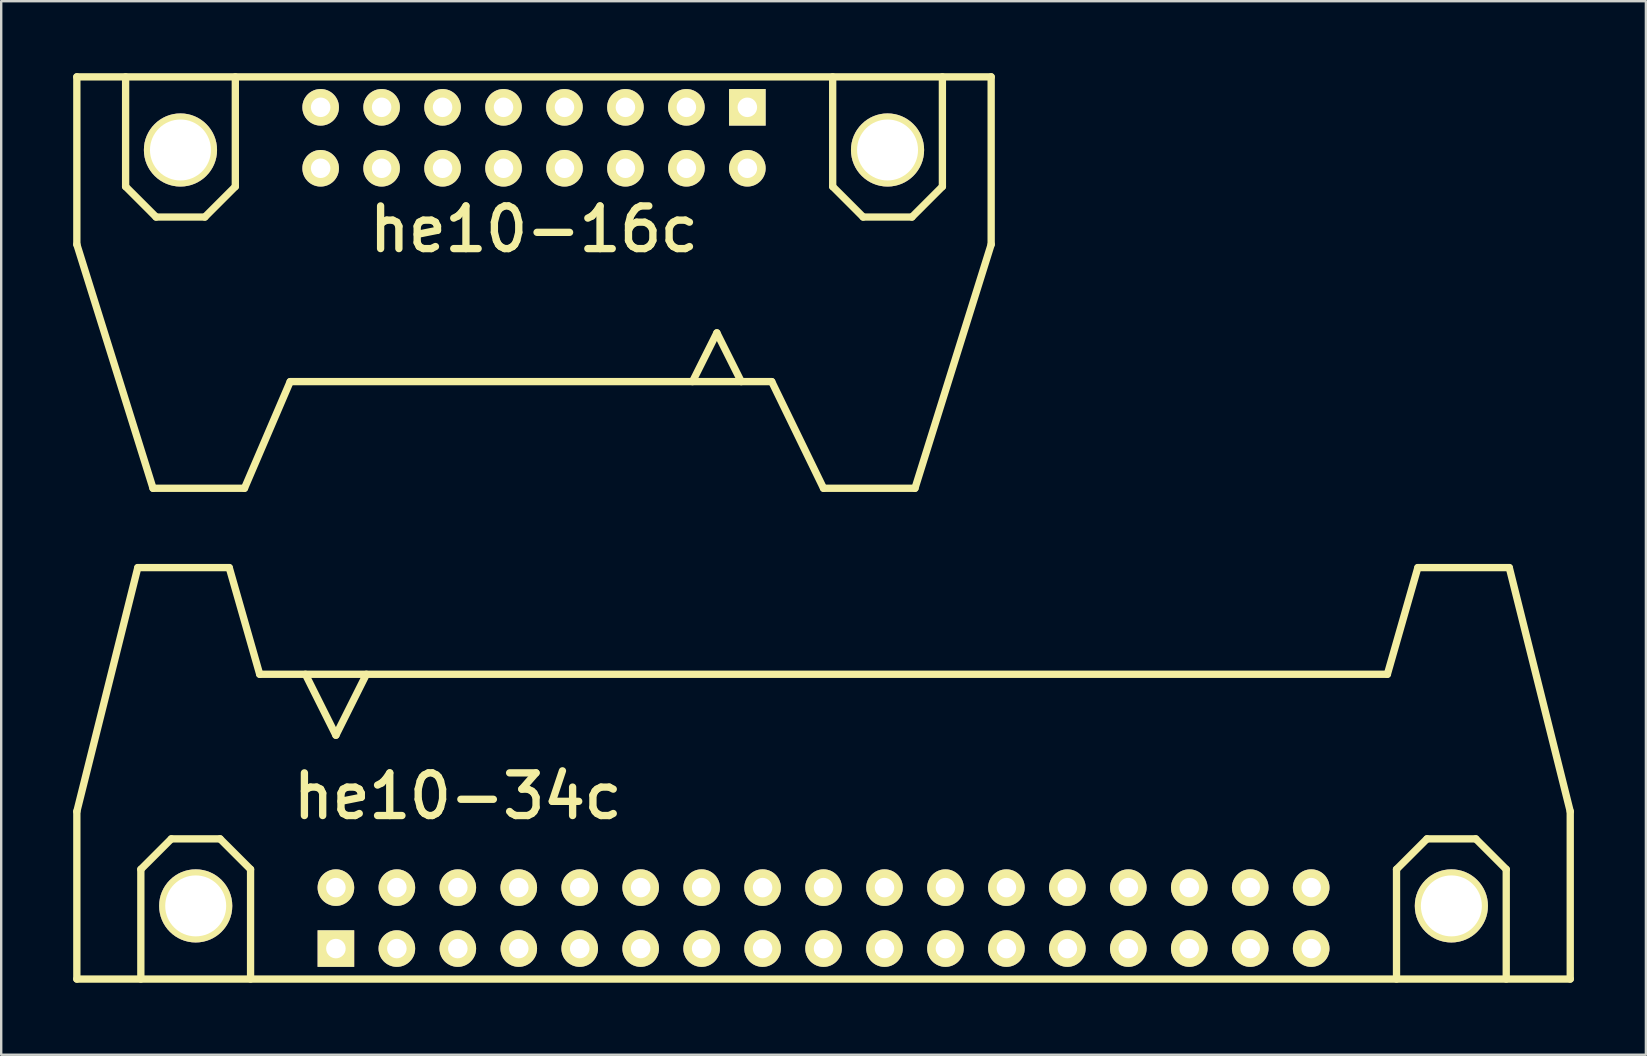
<source format=kicad_pcb>
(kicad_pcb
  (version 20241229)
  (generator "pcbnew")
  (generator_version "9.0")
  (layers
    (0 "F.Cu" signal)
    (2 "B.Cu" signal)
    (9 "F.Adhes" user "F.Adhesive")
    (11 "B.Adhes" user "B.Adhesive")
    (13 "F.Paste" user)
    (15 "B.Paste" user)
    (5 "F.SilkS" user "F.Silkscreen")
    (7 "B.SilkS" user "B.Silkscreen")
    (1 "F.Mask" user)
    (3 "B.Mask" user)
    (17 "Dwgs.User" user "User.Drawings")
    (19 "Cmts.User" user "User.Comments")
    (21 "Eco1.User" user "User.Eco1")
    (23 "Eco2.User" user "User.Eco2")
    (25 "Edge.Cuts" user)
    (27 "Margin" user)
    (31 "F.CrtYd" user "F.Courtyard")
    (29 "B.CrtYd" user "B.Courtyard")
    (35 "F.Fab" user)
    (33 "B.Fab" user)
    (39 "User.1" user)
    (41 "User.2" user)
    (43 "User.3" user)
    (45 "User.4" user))
  (footprint "he10-16c"
    (layer "F.Cu")
    (at 19.202 2.692)
    (property "Reference" "he10-16c" (at 0 3.81 0) (layer "F.SilkS") (effects (font (size 1.778 1.778) (thickness 0.305))))
    (attr through_hole)
    (fp_line (start -19.05 -2.54) (end -19.05 4.445) (stroke (width 0.305) (type solid)) (layer "F.SilkS"))
    (fp_line (start -19.05 -2.54) (end 19.05 -2.54) (stroke (width 0.305) (type solid)) (layer "F.SilkS"))
    (fp_line (start -19.05 4.445) (end -15.875 14.605) (stroke (width 0.305) (type solid)) (layer "F.SilkS"))
    (fp_line (start -17.018 2.032) (end -17.018 -2.54) (stroke (width 0.305) (type solid)) (layer "F.SilkS"))
    (fp_line (start -15.875 14.605) (end -12.065 14.605) (stroke (width 0.305) (type solid)) (layer "F.SilkS"))
    (fp_line (start -15.748 3.302) (end -17.018 2.032) (stroke (width 0.305) (type solid)) (layer "F.SilkS"))
    (fp_line (start -13.716 3.302) (end -15.748 3.302) (stroke (width 0.305) (type solid)) (layer "F.SilkS"))
    (fp_line (start -12.446 -2.54) (end -12.446 2.032) (stroke (width 0.305) (type solid)) (layer "F.SilkS"))
    (fp_line (start -12.446 2.032) (end -13.716 3.302) (stroke (width 0.305) (type solid)) (layer "F.SilkS"))
    (fp_line (start -12.065 14.605) (end -10.16 10.16) (stroke (width 0.305) (type solid)) (layer "F.SilkS"))
    (fp_line (start -10.16 10.16) (end 9.906 10.16) (stroke (width 0.305) (type solid)) (layer "F.SilkS"))
    (fp_line (start 7.62 8.128) (end 6.604 10.16) (stroke (width 0.305) (type solid)) (layer "F.SilkS"))
    (fp_line (start 8.636 10.16) (end 7.62 8.128) (stroke (width 0.305) (type solid)) (layer "F.SilkS"))
    (fp_line (start 12.065 14.605) (end 9.906 10.16) (stroke (width 0.305) (type solid)) (layer "F.SilkS"))
    (fp_line (start 12.446 2.032) (end 12.446 -2.54) (stroke (width 0.305) (type solid)) (layer "F.SilkS"))
    (fp_line (start 13.716 3.302) (end 12.446 2.032) (stroke (width 0.305) (type solid)) (layer "F.SilkS"))
    (fp_line (start 15.748 3.302) (end 13.716 3.302) (stroke (width 0.305) (type solid)) (layer "F.SilkS"))
    (fp_line (start 15.875 14.605) (end 12.065 14.605) (stroke (width 0.305) (type solid)) (layer "F.SilkS"))
    (fp_line (start 17.018 -2.54) (end 17.018 2.032) (stroke (width 0.305) (type solid)) (layer "F.SilkS"))
    (fp_line (start 17.018 2.032) (end 15.748 3.302) (stroke (width 0.305) (type solid)) (layer "F.SilkS"))
    (fp_line (start 19.05 -2.54) (end 19.05 4.445) (stroke (width 0.305) (type solid)) (layer "F.SilkS"))
    (fp_line (start 19.05 4.445) (end 15.875 14.605) (stroke (width 0.305) (type solid)) (layer "F.SilkS"))
    (pad "0" thru_hole circle (at -14.732 0.508) (size 3.048 3.048) (drill 2.54) (layers "*.Cu" "*.Mask" "F.SilkS"))
    (pad "0" thru_hole circle (at 14.732 0.508) (size 3.048 3.048) (drill 2.54) (layers "*.Cu" "*.Mask" "F.SilkS"))
    (pad "1" thru_hole rect (at 8.89 -1.27) (size 1.524 1.524) (drill 0.813) (layers "*.Cu" "*.Mask" "F.SilkS"))
    (pad "2" thru_hole circle (at 8.89 1.27) (size 1.524 1.524) (drill 0.813) (layers "*.Cu" "*.Mask" "F.SilkS"))
    (pad "3" thru_hole circle (at 6.35 -1.27) (size 1.524 1.524) (drill 0.813) (layers "*.Cu" "*.Mask" "F.SilkS"))
    (pad "4" thru_hole circle (at 6.35 1.27) (size 1.524 1.524) (drill 0.813) (layers "*.Cu" "*.Mask" "F.SilkS"))
    (pad "5" thru_hole circle (at 3.81 -1.27) (size 1.524 1.524) (drill 0.813) (layers "*.Cu" "*.Mask" "F.SilkS"))
    (pad "6" thru_hole circle (at 3.81 1.27) (size 1.524 1.524) (drill 0.813) (layers "*.Cu" "*.Mask" "F.SilkS"))
    (pad "7" thru_hole circle (at 1.27 -1.27) (size 1.524 1.524) (drill 0.813) (layers "*.Cu" "*.Mask" "F.SilkS"))
    (pad "8" thru_hole circle (at 1.27 1.27) (size 1.524 1.524) (drill 0.813) (layers "*.Cu" "*.Mask" "F.SilkS"))
    (pad "9" thru_hole circle (at -1.27 -1.27) (size 1.524 1.524) (drill 0.813) (layers "*.Cu" "*.Mask" "F.SilkS"))
    (pad "10" thru_hole circle (at -1.27 1.27) (size 1.524 1.524) (drill 0.813) (layers "*.Cu" "*.Mask" "F.SilkS"))
    (pad "11" thru_hole circle (at -3.81 -1.27) (size 1.524 1.524) (drill 0.813) (layers "*.Cu" "*.Mask" "F.SilkS"))
    (pad "12" thru_hole circle (at -3.81 1.27) (size 1.524 1.524) (drill 0.813) (layers "*.Cu" "*.Mask" "F.SilkS"))
    (pad "13" thru_hole circle (at -6.35 -1.27) (size 1.524 1.524) (drill 0.813) (layers "*.Cu" "*.Mask" "F.SilkS"))
    (pad "14" thru_hole circle (at -6.35 1.27) (size 1.524 1.524) (drill 0.813) (layers "*.Cu" "*.Mask" "F.SilkS"))
    (pad "15" thru_hole circle (at -8.89 -1.27) (size 1.524 1.524) (drill 0.813) (layers "*.Cu" "*.Mask" "F.SilkS"))
    (pad "16" thru_hole circle (at -8.89 1.27) (size 1.524 1.524) (drill 0.813) (layers "*.Cu" "*.Mask" "F.SilkS")))
  (footprint "he10-34c"
    (layer "F.Cu")
    (at 31.267 35.207)
    (property "Reference" "he10-34c" (at -15.24 -5.08 0) (layer "F.SilkS") (effects (font (size 1.778 1.778) (thickness 0.305))))
    (attr through_hole)
    (fp_line (start -31.115 -4.445) (end -31.115 2.54) (stroke (width 0.305) (type solid)) (layer "F.SilkS"))
    (fp_line (start -31.115 2.54) (end 31.115 2.54) (stroke (width 0.305) (type solid)) (layer "F.SilkS"))
    (fp_line (start -28.575 -14.605) (end -31.115 -4.445) (stroke (width 0.305) (type solid)) (layer "F.SilkS"))
    (fp_line (start -28.575 -14.605) (end -24.765 -14.605) (stroke (width 0.305) (type solid)) (layer "F.SilkS"))
    (fp_line (start -28.448 -2.032) (end -27.178 -3.302) (stroke (width 0.305) (type solid)) (layer "F.SilkS"))
    (fp_line (start -28.448 2.54) (end -28.448 -2.032) (stroke (width 0.305) (type solid)) (layer "F.SilkS"))
    (fp_line (start -27.178 -3.302) (end -25.146 -3.302) (stroke (width 0.305) (type solid)) (layer "F.SilkS"))
    (fp_line (start -25.146 -3.302) (end -23.876 -2.032) (stroke (width 0.305) (type solid)) (layer "F.SilkS"))
    (fp_line (start -24.765 -14.605) (end -23.495 -10.16) (stroke (width 0.305) (type solid)) (layer "F.SilkS"))
    (fp_line (start -23.876 2.54) (end -23.876 -2.032) (stroke (width 0.305) (type solid)) (layer "F.SilkS"))
    (fp_line (start -23.495 -10.16) (end 23.495 -10.16) (stroke (width 0.305) (type solid)) (layer "F.SilkS"))
    (fp_line (start -21.59 -10.16) (end -20.32 -7.62) (stroke (width 0.305) (type solid)) (layer "F.SilkS"))
    (fp_line (start -20.32 -7.62) (end -19.05 -10.16) (stroke (width 0.305) (type solid)) (layer "F.SilkS"))
    (fp_line (start 23.876 -2.032) (end 25.146 -3.302) (stroke (width 0.305) (type solid)) (layer "F.SilkS"))
    (fp_line (start 23.876 2.54) (end 23.876 -2.032) (stroke (width 0.305) (type solid)) (layer "F.SilkS"))
    (fp_line (start 24.765 -14.605) (end 23.495 -10.16) (stroke (width 0.305) (type solid)) (layer "F.SilkS"))
    (fp_line (start 25.146 -3.302) (end 27.178 -3.302) (stroke (width 0.305) (type solid)) (layer "F.SilkS"))
    (fp_line (start 27.178 -3.302) (end 28.448 -2.032) (stroke (width 0.305) (type solid)) (layer "F.SilkS"))
    (fp_line (start 28.448 -2.032) (end 28.448 2.54) (stroke (width 0.305) (type solid)) (layer "F.SilkS"))
    (fp_line (start 28.575 -14.605) (end 24.765 -14.605) (stroke (width 0.305) (type solid)) (layer "F.SilkS"))
    (fp_line (start 31.115 -4.445) (end 28.575 -14.605) (stroke (width 0.305) (type solid)) (layer "F.SilkS"))
    (fp_line (start 31.115 2.54) (end 31.115 -4.445) (stroke (width 0.305) (type solid)) (layer "F.SilkS"))
    (pad "0" thru_hole circle (at -26.162 -0.508) (size 3.048 3.048) (drill 2.54) (layers "*.Cu" "*.Mask" "F.SilkS"))
    (pad "0" thru_hole circle (at 26.162 -0.508) (size 3.048 3.048) (drill 2.54) (layers "*.Cu" "*.Mask" "F.SilkS"))
    (pad "1" thru_hole rect (at -20.32 1.27) (size 1.524 1.524) (drill 0.813) (layers "*.Cu" "*.Mask" "F.SilkS"))
    (pad "2" thru_hole circle (at -20.32 -1.27) (size 1.524 1.524) (drill 0.813) (layers "*.Cu" "*.Mask" "F.SilkS"))
    (pad "3" thru_hole circle (at -17.78 1.27) (size 1.524 1.524) (drill 0.813) (layers "*.Cu" "*.Mask" "F.SilkS"))
    (pad "4" thru_hole circle (at -17.78 -1.27) (size 1.524 1.524) (drill 0.813) (layers "*.Cu" "*.Mask" "F.SilkS"))
    (pad "5" thru_hole circle (at -15.24 1.27) (size 1.524 1.524) (drill 0.813) (layers "*.Cu" "*.Mask" "F.SilkS"))
    (pad "6" thru_hole circle (at -15.24 -1.27) (size 1.524 1.524) (drill 0.813) (layers "*.Cu" "*.Mask" "F.SilkS"))
    (pad "7" thru_hole circle (at -12.7 1.27) (size 1.524 1.524) (drill 0.813) (layers "*.Cu" "*.Mask" "F.SilkS"))
    (pad "8" thru_hole circle (at -12.7 -1.27) (size 1.524 1.524) (drill 0.813) (layers "*.Cu" "*.Mask" "F.SilkS"))
    (pad "9" thru_hole circle (at -10.16 1.27) (size 1.524 1.524) (drill 0.813) (layers "*.Cu" "*.Mask" "F.SilkS"))
    (pad "10" thru_hole circle (at -10.16 -1.27) (size 1.524 1.524) (drill 0.813) (layers "*.Cu" "*.Mask" "F.SilkS"))
    (pad "11" thru_hole circle (at -7.62 1.27) (size 1.524 1.524) (drill 0.813) (layers "*.Cu" "*.Mask" "F.SilkS"))
    (pad "12" thru_hole circle (at -7.62 -1.27) (size 1.524 1.524) (drill 0.813) (layers "*.Cu" "*.Mask" "F.SilkS"))
    (pad "13" thru_hole circle (at -5.08 1.27) (size 1.524 1.524) (drill 0.813) (layers "*.Cu" "*.Mask" "F.SilkS"))
    (pad "14" thru_hole circle (at -5.08 -1.27) (size 1.524 1.524) (drill 0.813) (layers "*.Cu" "*.Mask" "F.SilkS"))
    (pad "15" thru_hole circle (at -2.54 1.27) (size 1.524 1.524) (drill 0.813) (layers "*.Cu" "*.Mask" "F.SilkS"))
    (pad "16" thru_hole circle (at -2.54 -1.27) (size 1.524 1.524) (drill 0.813) (layers "*.Cu" "*.Mask" "F.SilkS"))
    (pad "17" thru_hole circle (at 0 1.27) (size 1.524 1.524) (drill 0.813) (layers "*.Cu" "*.Mask" "F.SilkS"))
    (pad "18" thru_hole circle (at 0 -1.27) (size 1.524 1.524) (drill 0.813) (layers "*.Cu" "*.Mask" "F.SilkS"))
    (pad "19" thru_hole circle (at 2.54 1.27) (size 1.524 1.524) (drill 0.813) (layers "*.Cu" "*.Mask" "F.SilkS"))
    (pad "20" thru_hole circle (at 2.54 -1.27) (size 1.524 1.524) (drill 0.813) (layers "*.Cu" "*.Mask" "F.SilkS"))
    (pad "21" thru_hole circle (at 5.08 1.27) (size 1.524 1.524) (drill 0.813) (layers "*.Cu" "*.Mask" "F.SilkS"))
    (pad "22" thru_hole circle (at 5.08 -1.27) (size 1.524 1.524) (drill 0.813) (layers "*.Cu" "*.Mask" "F.SilkS"))
    (pad "23" thru_hole circle (at 7.62 1.27) (size 1.524 1.524) (drill 0.813) (layers "*.Cu" "*.Mask" "F.SilkS"))
    (pad "24" thru_hole circle (at 7.62 -1.27) (size 1.524 1.524) (drill 0.813) (layers "*.Cu" "*.Mask" "F.SilkS"))
    (pad "25" thru_hole circle (at 10.16 1.27) (size 1.524 1.524) (drill 0.813) (layers "*.Cu" "*.Mask" "F.SilkS"))
    (pad "26" thru_hole circle (at 10.16 -1.27) (size 1.524 1.524) (drill 0.813) (layers "*.Cu" "*.Mask" "F.SilkS"))
    (pad "27" thru_hole circle (at 12.7 1.27) (size 1.524 1.524) (drill 0.813) (layers "*.Cu" "*.Mask" "F.SilkS"))
    (pad "28" thru_hole circle (at 12.7 -1.27) (size 1.524 1.524) (drill 0.813) (layers "*.Cu" "*.Mask" "F.SilkS"))
    (pad "29" thru_hole circle (at 15.24 1.27) (size 1.524 1.524) (drill 0.813) (layers "*.Cu" "*.Mask" "F.SilkS"))
    (pad "30" thru_hole circle (at 15.24 -1.27) (size 1.524 1.524) (drill 0.813) (layers "*.Cu" "*.Mask" "F.SilkS"))
    (pad "31" thru_hole circle (at 17.78 1.27) (size 1.524 1.524) (drill 0.813) (layers "*.Cu" "*.Mask" "F.SilkS"))
    (pad "32" thru_hole circle (at 17.78 -1.27) (size 1.524 1.524) (drill 0.813) (layers "*.Cu" "*.Mask" "F.SilkS"))
    (pad "33" thru_hole circle (at 20.32 1.27) (size 1.524 1.524) (drill 0.813) (layers "*.Cu" "*.Mask" "F.SilkS"))
    (pad "34" thru_hole circle (at 20.32 -1.27) (size 1.524 1.524) (drill 0.813) (layers "*.Cu" "*.Mask" "F.SilkS")))
  (gr_rect
    (start -3 -3)
    (end 65.535 40.9)
    (stroke (width 0.1) (type default))
    (fill no)
    (layer "Edge.Cuts")))
</source>
